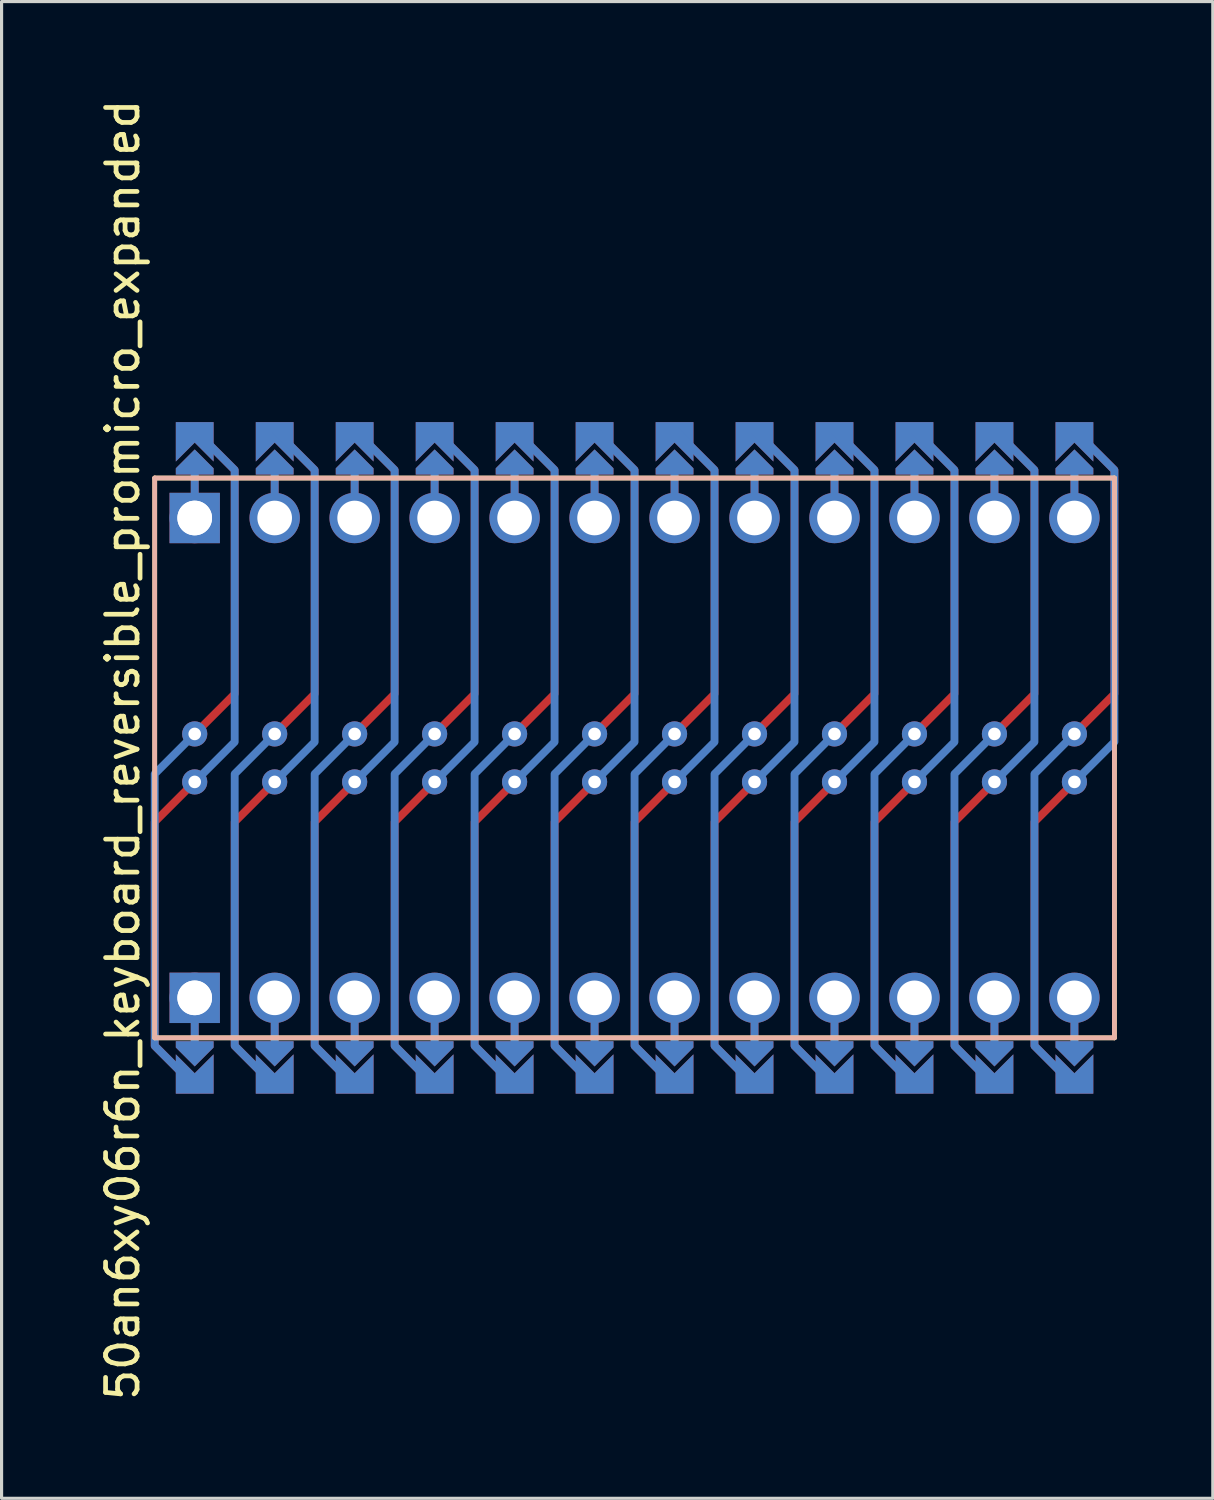
<source format=kicad_pcb>
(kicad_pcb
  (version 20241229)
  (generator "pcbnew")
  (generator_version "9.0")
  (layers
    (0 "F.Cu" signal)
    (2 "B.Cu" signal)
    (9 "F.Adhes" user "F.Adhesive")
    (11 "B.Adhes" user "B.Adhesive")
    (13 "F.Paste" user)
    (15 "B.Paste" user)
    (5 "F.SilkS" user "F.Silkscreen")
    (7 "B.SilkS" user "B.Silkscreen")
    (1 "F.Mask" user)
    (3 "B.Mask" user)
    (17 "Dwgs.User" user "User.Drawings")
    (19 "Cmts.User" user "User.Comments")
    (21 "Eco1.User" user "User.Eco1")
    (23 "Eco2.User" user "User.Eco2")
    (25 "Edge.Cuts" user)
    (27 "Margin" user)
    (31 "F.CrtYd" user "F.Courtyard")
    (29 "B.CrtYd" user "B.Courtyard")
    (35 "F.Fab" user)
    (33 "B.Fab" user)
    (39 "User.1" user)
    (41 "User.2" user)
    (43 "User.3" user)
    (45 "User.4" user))
  (footprint "50an6xy06r6n_keyboard_reversible_promicro_expanded"
    (layer "F.Cu")
    (at 17.104 21.022)
    (property "Reference" "50an6xy06r6n_keyboard_reversible_promicro_expanded" (at -16.256 -0.254 90) (layer "F.SilkS") (effects (font (size 1 1) (thickness 0.15))))
    (attr through_hole)
    (fp_circle (center -13.97 -0.762) (end -13.845 -0.762) (stroke (width 0.25) (type solid)) (fill no) (layer "F.Mask"))
    (fp_circle (center -13.97 0.762) (end -13.845 0.762) (stroke (width 0.25) (type solid)) (fill no) (layer "F.Mask"))
    (fp_circle (center -11.43 -0.762) (end -11.305 -0.762) (stroke (width 0.25) (type solid)) (fill no) (layer "F.Mask"))
    (fp_circle (center -11.43 0.762) (end -11.305 0.762) (stroke (width 0.25) (type solid)) (fill no) (layer "F.Mask"))
    (fp_circle (center -8.89 -0.762) (end -8.765 -0.762) (stroke (width 0.25) (type solid)) (fill no) (layer "F.Mask"))
    (fp_circle (center -8.89 0.762) (end -8.765 0.762) (stroke (width 0.25) (type solid)) (fill no) (layer "F.Mask"))
    (fp_circle (center -6.35 -0.762) (end -6.225 -0.762) (stroke (width 0.25) (type solid)) (fill no) (layer "F.Mask"))
    (fp_circle (center -6.35 0.762) (end -6.225 0.762) (stroke (width 0.25) (type solid)) (fill no) (layer "F.Mask"))
    (fp_circle (center -3.81 -0.762) (end -3.685 -0.762) (stroke (width 0.25) (type solid)) (fill no) (layer "F.Mask"))
    (fp_circle (center -3.81 0.762) (end -3.685 0.762) (stroke (width 0.25) (type solid)) (fill no) (layer "F.Mask"))
    (fp_circle (center -1.27 -0.762) (end -1.145 -0.762) (stroke (width 0.25) (type solid)) (fill no) (layer "F.Mask"))
    (fp_circle (center -1.27 0.762) (end -1.145 0.762) (stroke (width 0.25) (type solid)) (fill no) (layer "F.Mask"))
    (fp_circle (center 1.27 -0.762) (end 1.395 -0.762) (stroke (width 0.25) (type solid)) (fill no) (layer "F.Mask"))
    (fp_circle (center 1.27 0.762) (end 1.395 0.762) (stroke (width 0.25) (type solid)) (fill no) (layer "F.Mask"))
    (fp_circle (center 3.81 -0.762) (end 3.935 -0.762) (stroke (width 0.25) (type solid)) (fill no) (layer "F.Mask"))
    (fp_circle (center 3.81 0.762) (end 3.935 0.762) (stroke (width 0.25) (type solid)) (fill no) (layer "F.Mask"))
    (fp_circle (center 6.35 -0.762) (end 6.475 -0.762) (stroke (width 0.25) (type solid)) (fill no) (layer "F.Mask"))
    (fp_circle (center 6.35 0.762) (end 6.475 0.762) (stroke (width 0.25) (type solid)) (fill no) (layer "F.Mask"))
    (fp_circle (center 8.89 -0.762) (end 9.015 -0.762) (stroke (width 0.25) (type solid)) (fill no) (layer "F.Mask"))
    (fp_circle (center 8.89 0.762) (end 9.015 0.762) (stroke (width 0.25) (type solid)) (fill no) (layer "F.Mask"))
    (fp_circle (center 11.43 -0.762) (end 11.555 -0.762) (stroke (width 0.25) (type solid)) (fill no) (layer "F.Mask"))
    (fp_circle (center 11.43 0.762) (end 11.555 0.762) (stroke (width 0.25) (type solid)) (fill no) (layer "F.Mask"))
    (fp_circle (center 13.97 -0.762) (end 14.095 -0.762) (stroke (width 0.25) (type solid)) (fill no) (layer "F.Mask"))
    (fp_circle (center 13.97 0.762) (end 14.095 0.762) (stroke (width 0.25) (type solid)) (fill no) (layer "F.Mask"))
    (fp_poly (pts (xy -14.478 -10.16) (xy -13.462 -10.16) (xy -13.462 -9.144) (xy -14.478 -9.144)) (stroke (width 0.1) (type solid)) (fill yes) (layer "F.Mask"))
    (fp_poly (pts (xy -13.462 10.16) (xy -14.478 10.16) (xy -14.478 9.144) (xy -13.462 9.144)) (stroke (width 0.1) (type solid)) (fill yes) (layer "F.Mask"))
    (fp_poly (pts (xy -11.938 -10.16) (xy -10.922 -10.16) (xy -10.922 -9.144) (xy -11.938 -9.144)) (stroke (width 0.1) (type solid)) (fill yes) (layer "F.Mask"))
    (fp_poly (pts (xy -10.922 10.16) (xy -11.938 10.16) (xy -11.938 9.144) (xy -10.922 9.144)) (stroke (width 0.1) (type solid)) (fill yes) (layer "F.Mask"))
    (fp_poly (pts (xy -9.398 -10.16) (xy -8.382 -10.16) (xy -8.382 -9.144) (xy -9.398 -9.144)) (stroke (width 0.1) (type solid)) (fill yes) (layer "F.Mask"))
    (fp_poly (pts (xy -8.382 10.16) (xy -9.398 10.16) (xy -9.398 9.144) (xy -8.382 9.144)) (stroke (width 0.1) (type solid)) (fill yes) (layer "F.Mask"))
    (fp_poly (pts (xy -6.858 -10.16) (xy -5.842 -10.16) (xy -5.842 -9.144) (xy -6.858 -9.144)) (stroke (width 0.1) (type solid)) (fill yes) (layer "F.Mask"))
    (fp_poly (pts (xy -5.842 10.16) (xy -6.858 10.16) (xy -6.858 9.144) (xy -5.842 9.144)) (stroke (width 0.1) (type solid)) (fill yes) (layer "F.Mask"))
    (fp_poly (pts (xy -4.318 -10.16) (xy -3.302 -10.16) (xy -3.302 -9.144) (xy -4.318 -9.144)) (stroke (width 0.1) (type solid)) (fill yes) (layer "F.Mask"))
    (fp_poly (pts (xy -3.302 10.16) (xy -4.318 10.16) (xy -4.318 9.144) (xy -3.302 9.144)) (stroke (width 0.1) (type solid)) (fill yes) (layer "F.Mask"))
    (fp_poly (pts (xy -1.778 -10.16) (xy -0.762 -10.16) (xy -0.762 -9.144) (xy -1.778 -9.144)) (stroke (width 0.1) (type solid)) (fill yes) (layer "F.Mask"))
    (fp_poly (pts (xy -0.762 10.16) (xy -1.778 10.16) (xy -1.778 9.144) (xy -0.762 9.144)) (stroke (width 0.1) (type solid)) (fill yes) (layer "F.Mask"))
    (fp_poly (pts (xy 0.762 -10.16) (xy 1.778 -10.16) (xy 1.778 -9.144) (xy 0.762 -9.144)) (stroke (width 0.1) (type solid)) (fill yes) (layer "F.Mask"))
    (fp_poly (pts (xy 1.778 10.16) (xy 0.762 10.16) (xy 0.762 9.144) (xy 1.778 9.144)) (stroke (width 0.1) (type solid)) (fill yes) (layer "F.Mask"))
    (fp_poly (pts (xy 3.302 -10.16) (xy 4.318 -10.16) (xy 4.318 -9.144) (xy 3.302 -9.144)) (stroke (width 0.1) (type solid)) (fill yes) (layer "F.Mask"))
    (fp_poly (pts (xy 4.318 10.16) (xy 3.302 10.16) (xy 3.302 9.144) (xy 4.318 9.144)) (stroke (width 0.1) (type solid)) (fill yes) (layer "F.Mask"))
    (fp_poly (pts (xy 5.842 -10.16) (xy 6.858 -10.16) (xy 6.858 -9.144) (xy 5.842 -9.144)) (stroke (width 0.1) (type solid)) (fill yes) (layer "F.Mask"))
    (fp_poly (pts (xy 6.858 10.16) (xy 5.842 10.16) (xy 5.842 9.144) (xy 6.858 9.144)) (stroke (width 0.1) (type solid)) (fill yes) (layer "F.Mask"))
    (fp_poly (pts (xy 8.382 -10.16) (xy 9.398 -10.16) (xy 9.398 -9.144) (xy 8.382 -9.144)) (stroke (width 0.1) (type solid)) (fill yes) (layer "F.Mask"))
    (fp_poly (pts (xy 9.398 10.16) (xy 8.382 10.16) (xy 8.382 9.144) (xy 9.398 9.144)) (stroke (width 0.1) (type solid)) (fill yes) (layer "F.Mask"))
    (fp_poly (pts (xy 10.922 -10.16) (xy 11.938 -10.16) (xy 11.938 -9.144) (xy 10.922 -9.144)) (stroke (width 0.1) (type solid)) (fill yes) (layer "F.Mask"))
    (fp_poly (pts (xy 11.938 10.16) (xy 10.922 10.16) (xy 10.922 9.144) (xy 11.938 9.144)) (stroke (width 0.1) (type solid)) (fill yes) (layer "F.Mask"))
    (fp_poly (pts (xy 13.462 -10.16) (xy 14.478 -10.16) (xy 14.478 -9.144) (xy 13.462 -9.144)) (stroke (width 0.1) (type solid)) (fill yes) (layer "F.Mask"))
    (fp_poly (pts (xy 14.478 10.16) (xy 13.462 10.16) (xy 13.462 9.144) (xy 14.478 9.144)) (stroke (width 0.1) (type solid)) (fill yes) (layer "F.Mask"))
    (fp_circle (center -13.97 -0.762) (end -13.845 -0.762) (stroke (width 0.25) (type solid)) (fill no) (layer "B.Mask"))
    (fp_circle (center -13.97 0.762) (end -13.845 0.762) (stroke (width 0.25) (type solid)) (fill no) (layer "B.Mask"))
    (fp_circle (center -11.43 -0.762) (end -11.305 -0.762) (stroke (width 0.25) (type solid)) (fill no) (layer "B.Mask"))
    (fp_circle (center -11.43 0.762) (end -11.305 0.762) (stroke (width 0.25) (type solid)) (fill no) (layer "B.Mask"))
    (fp_circle (center -8.89 -0.762) (end -8.765 -0.762) (stroke (width 0.25) (type solid)) (fill no) (layer "B.Mask"))
    (fp_circle (center -8.89 0.762) (end -8.765 0.762) (stroke (width 0.25) (type solid)) (fill no) (layer "B.Mask"))
    (fp_circle (center -6.35 -0.762) (end -6.225 -0.762) (stroke (width 0.25) (type solid)) (fill no) (layer "B.Mask"))
    (fp_circle (center -6.35 0.762) (end -6.225 0.762) (stroke (width 0.25) (type solid)) (fill no) (layer "B.Mask"))
    (fp_circle (center -3.81 -0.762) (end -3.685 -0.762) (stroke (width 0.25) (type solid)) (fill no) (layer "B.Mask"))
    (fp_circle (center -3.81 0.762) (end -3.685 0.762) (stroke (width 0.25) (type solid)) (fill no) (layer "B.Mask"))
    (fp_circle (center -1.27 -0.762) (end -1.145 -0.762) (stroke (width 0.25) (type solid)) (fill no) (layer "B.Mask"))
    (fp_circle (center -1.27 0.762) (end -1.145 0.762) (stroke (width 0.25) (type solid)) (fill no) (layer "B.Mask"))
    (fp_circle (center 1.27 -0.762) (end 1.395 -0.762) (stroke (width 0.25) (type solid)) (fill no) (layer "B.Mask"))
    (fp_circle (center 1.27 0.762) (end 1.395 0.762) (stroke (width 0.25) (type solid)) (fill no) (layer "B.Mask"))
    (fp_circle (center 3.81 -0.762) (end 3.935 -0.762) (stroke (width 0.25) (type solid)) (fill no) (layer "B.Mask"))
    (fp_circle (center 3.81 0.762) (end 3.935 0.762) (stroke (width 0.25) (type solid)) (fill no) (layer "B.Mask"))
    (fp_circle (center 6.35 -0.762) (end 6.475 -0.762) (stroke (width 0.25) (type solid)) (fill no) (layer "B.Mask"))
    (fp_circle (center 6.35 0.762) (end 6.475 0.762) (stroke (width 0.25) (type solid)) (fill no) (layer "B.Mask"))
    (fp_circle (center 8.89 -0.762) (end 9.015 -0.762) (stroke (width 0.25) (type solid)) (fill no) (layer "B.Mask"))
    (fp_circle (center 8.89 0.762) (end 9.015 0.762) (stroke (width 0.25) (type solid)) (fill no) (layer "B.Mask"))
    (fp_circle (center 11.43 -0.762) (end 11.555 -0.762) (stroke (width 0.25) (type solid)) (fill no) (layer "B.Mask"))
    (fp_circle (center 11.43 0.762) (end 11.555 0.762) (stroke (width 0.25) (type solid)) (fill no) (layer "B.Mask"))
    (fp_circle (center 13.97 -0.762) (end 14.095 -0.762) (stroke (width 0.25) (type solid)) (fill no) (layer "B.Mask"))
    (fp_circle (center 13.97 0.762) (end 14.095 0.762) (stroke (width 0.25) (type solid)) (fill no) (layer "B.Mask"))
    (fp_poly (pts (xy -14.478 -10.16) (xy -13.462 -10.16) (xy -13.462 -9.144) (xy -14.478 -9.144)) (stroke (width 0.1) (type solid)) (fill yes) (layer "B.Mask"))
    (fp_poly (pts (xy -13.462 10.16) (xy -14.478 10.16) (xy -14.478 9.144) (xy -13.462 9.144)) (stroke (width 0.1) (type solid)) (fill yes) (layer "B.Mask"))
    (fp_poly (pts (xy -11.938 -10.16) (xy -10.922 -10.16) (xy -10.922 -9.144) (xy -11.938 -9.144)) (stroke (width 0.1) (type solid)) (fill yes) (layer "B.Mask"))
    (fp_poly (pts (xy -10.922 10.16) (xy -11.938 10.16) (xy -11.938 9.144) (xy -10.922 9.144)) (stroke (width 0.1) (type solid)) (fill yes) (layer "B.Mask"))
    (fp_poly (pts (xy -9.398 -10.16) (xy -8.382 -10.16) (xy -8.382 -9.144) (xy -9.398 -9.144)) (stroke (width 0.1) (type solid)) (fill yes) (layer "B.Mask"))
    (fp_poly (pts (xy -8.382 10.16) (xy -9.398 10.16) (xy -9.398 9.144) (xy -8.382 9.144)) (stroke (width 0.1) (type solid)) (fill yes) (layer "B.Mask"))
    (fp_poly (pts (xy -6.858 -10.16) (xy -5.842 -10.16) (xy -5.842 -9.144) (xy -6.858 -9.144)) (stroke (width 0.1) (type solid)) (fill yes) (layer "B.Mask"))
    (fp_poly (pts (xy -5.842 10.16) (xy -6.858 10.16) (xy -6.858 9.144) (xy -5.842 9.144)) (stroke (width 0.1) (type solid)) (fill yes) (layer "B.Mask"))
    (fp_poly (pts (xy -4.318 -10.16) (xy -3.302 -10.16) (xy -3.302 -9.144) (xy -4.318 -9.144)) (stroke (width 0.1) (type solid)) (fill yes) (layer "B.Mask"))
    (fp_poly (pts (xy -3.302 10.16) (xy -4.318 10.16) (xy -4.318 9.144) (xy -3.302 9.144)) (stroke (width 0.1) (type solid)) (fill yes) (layer "B.Mask"))
    (fp_poly (pts (xy -1.778 -10.16) (xy -0.762 -10.16) (xy -0.762 -9.144) (xy -1.778 -9.144)) (stroke (width 0.1) (type solid)) (fill yes) (layer "B.Mask"))
    (fp_poly (pts (xy -0.762 10.16) (xy -1.778 10.16) (xy -1.778 9.144) (xy -0.762 9.144)) (stroke (width 0.1) (type solid)) (fill yes) (layer "B.Mask"))
    (fp_poly (pts (xy 0.762 -10.16) (xy 1.778 -10.16) (xy 1.778 -9.144) (xy 0.762 -9.144)) (stroke (width 0.1) (type solid)) (fill yes) (layer "B.Mask"))
    (fp_poly (pts (xy 1.778 10.16) (xy 0.762 10.16) (xy 0.762 9.144) (xy 1.778 9.144)) (stroke (width 0.1) (type solid)) (fill yes) (layer "B.Mask"))
    (fp_poly (pts (xy 3.302 -10.16) (xy 4.318 -10.16) (xy 4.318 -9.144) (xy 3.302 -9.144)) (stroke (width 0.1) (type solid)) (fill yes) (layer "B.Mask"))
    (fp_poly (pts (xy 4.318 10.16) (xy 3.302 10.16) (xy 3.302 9.144) (xy 4.318 9.144)) (stroke (width 0.1) (type solid)) (fill yes) (layer "B.Mask"))
    (fp_poly (pts (xy 5.842 -10.16) (xy 6.858 -10.16) (xy 6.858 -9.144) (xy 5.842 -9.144)) (stroke (width 0.1) (type solid)) (fill yes) (layer "B.Mask"))
    (fp_poly (pts (xy 6.858 10.16) (xy 5.842 10.16) (xy 5.842 9.144) (xy 6.858 9.144)) (stroke (width 0.1) (type solid)) (fill yes) (layer "B.Mask"))
    (fp_poly (pts (xy 8.382 -10.16) (xy 9.398 -10.16) (xy 9.398 -9.144) (xy 8.382 -9.144)) (stroke (width 0.1) (type solid)) (fill yes) (layer "B.Mask"))
    (fp_poly (pts (xy 9.398 10.16) (xy 8.382 10.16) (xy 8.382 9.144) (xy 9.398 9.144)) (stroke (width 0.1) (type solid)) (fill yes) (layer "B.Mask"))
    (fp_poly (pts (xy 10.922 -10.16) (xy 11.938 -10.16) (xy 11.938 -9.144) (xy 10.922 -9.144)) (stroke (width 0.1) (type solid)) (fill yes) (layer "B.Mask"))
    (fp_poly (pts (xy 11.938 10.16) (xy 10.922 10.16) (xy 10.922 9.144) (xy 11.938 9.144)) (stroke (width 0.1) (type solid)) (fill yes) (layer "B.Mask"))
    (fp_poly (pts (xy 13.462 -10.16) (xy 14.478 -10.16) (xy 14.478 -9.144) (xy 13.462 -9.144)) (stroke (width 0.1) (type solid)) (fill yes) (layer "B.Mask"))
    (fp_poly (pts (xy 14.478 10.16) (xy 13.462 10.16) (xy 13.462 9.144) (xy 14.478 9.144)) (stroke (width 0.1) (type solid)) (fill yes) (layer "B.Mask"))
    (fp_line (start -15.24 -8.89) (end 15.24 -8.89) (stroke (width 0.15) (type solid)) (layer "F.SilkS"))
    (fp_line (start -15.24 8.89) (end -15.24 -8.89) (stroke (width 0.15) (type solid)) (layer "F.SilkS"))
    (fp_line (start -15.24 8.89) (end 15.24 8.89) (stroke (width 0.15) (type solid)) (layer "F.SilkS"))
    (fp_line (start 15.24 -8.89) (end 15.24 8.89) (stroke (width 0.15) (type solid)) (layer "F.SilkS"))
    (fp_line (start -15.24 -8.89) (end 15.24 -8.89) (stroke (width 0.15) (type solid)) (layer "B.SilkS"))
    (fp_line (start -15.24 8.89) (end -15.24 -8.89) (stroke (width 0.15) (type solid)) (layer "B.SilkS"))
    (fp_line (start -15.24 8.89) (end 15.24 8.89) (stroke (width 0.15) (type solid)) (layer "B.SilkS"))
    (fp_line (start 15.24 -8.89) (end 15.24 8.89) (stroke (width 0.15) (type solid)) (layer "B.SilkS"))
    (pad "" smd custom (at -13.97 -9.398 180) (size 0.1 0.1) (layers "F.Cu" "F.Mask") (options (anchor rect)) (primitives (gr_poly (pts (xy 0.6 -0.4) (xy -0.6 -0.4) (xy -0.6 -0.2) (xy 0 0.4) (xy 0.6 -0.2)) (width 0) (fill yes))))
    (pad "" smd custom (at -13.97 -9.398 180) (size 0.1 0.1) (layers "B.Cu" "B.Mask") (options (anchor rect)) (primitives (gr_poly (pts (xy 0.6 -0.4) (xy -0.6 -0.4) (xy -0.6 -0.2) (xy 0 0.4) (xy 0.6 -0.2)) (width 0) (fill yes))))
    (pad "" smd custom (at -13.97 -8.89 180) (size 0.25 1) (layers "F.Cu") (options (anchor rect)) (primitives))
    (pad "" smd custom (at -13.97 -8.89 180) (size 0.25 1) (layers "B.Cu") (options (anchor rect)) (primitives))
    (pad "" thru_hole circle (at -13.97 -7.62) (size 1.6 1.6) (drill 1.1) (layers "*.Cu" "*.Mask"))
    (pad "" thru_hole rect (at -13.97 -7.62) (size 1.6 1.6) (drill 1.1) (layers "B.Cu" "B.Mask"))
    (pad "" thru_hole circle (at -13.97 7.62) (size 1.6 1.6) (drill 1.1) (layers "*.Cu" "*.Mask"))
    (pad "" thru_hole rect (at -13.97 7.62) (size 1.6 1.6) (drill 1.1) (layers "F.Cu" "F.Mask"))
    (pad "" smd custom (at -13.97 8.89) (size 0.25 1) (layers "F.Cu") (options (anchor rect)) (primitives))
    (pad "" smd custom (at -13.97 8.89) (size 0.25 1) (layers "B.Cu") (options (anchor rect)) (primitives))
    (pad "" smd custom (at -13.97 9.398) (size 0.1 0.1) (layers "F.Cu" "F.Mask") (options (anchor rect)) (primitives (gr_poly (pts (xy 0.6 -0.4) (xy -0.6 -0.4) (xy -0.6 -0.2) (xy 0 0.4) (xy 0.6 -0.2)) (width 0) (fill yes))))
    (pad "" smd custom (at -13.97 9.398) (size 0.1 0.1) (layers "B.Cu" "B.Mask") (options (anchor rect)) (primitives (gr_poly (pts (xy 0.6 -0.4) (xy -0.6 -0.4) (xy -0.6 -0.2) (xy 0 0.4) (xy 0.6 -0.2)) (width 0) (fill yes))))
    (pad "" smd custom (at -11.43 -9.398 180) (size 0.1 0.1) (layers "F.Cu" "F.Mask") (options (anchor rect)) (primitives (gr_poly (pts (xy 0.6 -0.4) (xy -0.6 -0.4) (xy -0.6 -0.2) (xy 0 0.4) (xy 0.6 -0.2)) (width 0) (fill yes))))
    (pad "" smd custom (at -11.43 -9.398 180) (size 0.1 0.1) (layers "B.Cu" "B.Mask") (options (anchor rect)) (primitives (gr_poly (pts (xy 0.6 -0.4) (xy -0.6 -0.4) (xy -0.6 -0.2) (xy 0 0.4) (xy 0.6 -0.2)) (width 0) (fill yes))))
    (pad "" smd custom (at -11.43 -8.89 180) (size 0.25 1) (layers "F.Cu") (options (anchor rect)) (primitives))
    (pad "" smd custom (at -11.43 -8.89 180) (size 0.25 1) (layers "B.Cu") (options (anchor rect)) (primitives))
    (pad "" thru_hole circle (at -11.43 -7.62) (size 1.6 1.6) (drill 1.1) (layers "*.Cu" "*.Mask"))
    (pad "" thru_hole circle (at -11.43 7.62) (size 1.6 1.6) (drill 1.1) (layers "*.Cu" "*.Mask"))
    (pad "" smd custom (at -11.43 8.89) (size 0.25 1) (layers "F.Cu") (options (anchor rect)) (primitives))
    (pad "" smd custom (at -11.43 8.89) (size 0.25 1) (layers "B.Cu") (options (anchor rect)) (primitives))
    (pad "" smd custom (at -11.43 9.398) (size 0.1 0.1) (layers "F.Cu" "F.Mask") (options (anchor rect)) (primitives (gr_poly (pts (xy 0.6 -0.4) (xy -0.6 -0.4) (xy -0.6 -0.2) (xy 0 0.4) (xy 0.6 -0.2)) (width 0) (fill yes))))
    (pad "" smd custom (at -11.43 9.398) (size 0.1 0.1) (layers "B.Cu" "B.Mask") (options (anchor rect)) (primitives (gr_poly (pts (xy 0.6 -0.4) (xy -0.6 -0.4) (xy -0.6 -0.2) (xy 0 0.4) (xy 0.6 -0.2)) (width 0) (fill yes))))
    (pad "" smd custom (at -8.89 -9.398 180) (size 0.1 0.1) (layers "F.Cu" "F.Mask") (options (anchor rect)) (primitives (gr_poly (pts (xy 0.6 -0.4) (xy -0.6 -0.4) (xy -0.6 -0.2) (xy 0 0.4) (xy 0.6 -0.2)) (width 0) (fill yes))))
    (pad "" smd custom (at -8.89 -9.398 180) (size 0.1 0.1) (layers "B.Cu" "B.Mask") (options (anchor rect)) (primitives (gr_poly (pts (xy 0.6 -0.4) (xy -0.6 -0.4) (xy -0.6 -0.2) (xy 0 0.4) (xy 0.6 -0.2)) (width 0) (fill yes))))
    (pad "" smd custom (at -8.89 -8.89 180) (size 0.25 1) (layers "F.Cu") (options (anchor rect)) (primitives))
    (pad "" smd custom (at -8.89 -8.89 180) (size 0.25 1) (layers "B.Cu") (options (anchor rect)) (primitives))
    (pad "" thru_hole circle (at -8.89 -7.62) (size 1.6 1.6) (drill 1.1) (layers "*.Cu" "*.Mask"))
    (pad "" thru_hole circle (at -8.89 7.62) (size 1.6 1.6) (drill 1.1) (layers "*.Cu" "*.Mask"))
    (pad "" smd custom (at -8.89 8.89) (size 0.25 1) (layers "F.Cu") (options (anchor rect)) (primitives))
    (pad "" smd custom (at -8.89 8.89) (size 0.25 1) (layers "B.Cu") (options (anchor rect)) (primitives))
    (pad "" smd custom (at -8.89 9.398) (size 0.1 0.1) (layers "F.Cu" "F.Mask") (options (anchor rect)) (primitives (gr_poly (pts (xy 0.6 -0.4) (xy -0.6 -0.4) (xy -0.6 -0.2) (xy 0 0.4) (xy 0.6 -0.2)) (width 0) (fill yes))))
    (pad "" smd custom (at -8.89 9.398) (size 0.1 0.1) (layers "B.Cu" "B.Mask") (options (anchor rect)) (primitives (gr_poly (pts (xy 0.6 -0.4) (xy -0.6 -0.4) (xy -0.6 -0.2) (xy 0 0.4) (xy 0.6 -0.2)) (width 0) (fill yes))))
    (pad "" smd custom (at -6.35 -9.398 180) (size 0.1 0.1) (layers "F.Cu" "F.Mask") (options (anchor rect)) (primitives (gr_poly (pts (xy 0.6 -0.4) (xy -0.6 -0.4) (xy -0.6 -0.2) (xy 0 0.4) (xy 0.6 -0.2)) (width 0) (fill yes))))
    (pad "" smd custom (at -6.35 -9.398 180) (size 0.1 0.1) (layers "B.Cu" "B.Mask") (options (anchor rect)) (primitives (gr_poly (pts (xy 0.6 -0.4) (xy -0.6 -0.4) (xy -0.6 -0.2) (xy 0 0.4) (xy 0.6 -0.2)) (width 0) (fill yes))))
    (pad "" smd custom (at -6.35 -8.89 180) (size 0.25 1) (layers "F.Cu") (options (anchor rect)) (primitives))
    (pad "" smd custom (at -6.35 -8.89 180) (size 0.25 1) (layers "B.Cu") (options (anchor rect)) (primitives))
    (pad "" thru_hole circle (at -6.35 -7.62) (size 1.6 1.6) (drill 1.1) (layers "*.Cu" "*.Mask"))
    (pad "" thru_hole circle (at -6.35 7.62) (size 1.6 1.6) (drill 1.1) (layers "*.Cu" "*.Mask"))
    (pad "" smd custom (at -6.35 8.89) (size 0.25 1) (layers "F.Cu") (options (anchor rect)) (primitives))
    (pad "" smd custom (at -6.35 8.89) (size 0.25 1) (layers "B.Cu") (options (anchor rect)) (primitives))
    (pad "" smd custom (at -6.35 9.398) (size 0.1 0.1) (layers "F.Cu" "F.Mask") (options (anchor rect)) (primitives (gr_poly (pts (xy 0.6 -0.4) (xy -0.6 -0.4) (xy -0.6 -0.2) (xy 0 0.4) (xy 0.6 -0.2)) (width 0) (fill yes))))
    (pad "" smd custom (at -6.35 9.398) (size 0.1 0.1) (layers "B.Cu" "B.Mask") (options (anchor rect)) (primitives (gr_poly (pts (xy 0.6 -0.4) (xy -0.6 -0.4) (xy -0.6 -0.2) (xy 0 0.4) (xy 0.6 -0.2)) (width 0) (fill yes))))
    (pad "" smd custom (at -3.81 -9.398 180) (size 0.1 0.1) (layers "F.Cu" "F.Mask") (options (anchor rect)) (primitives (gr_poly (pts (xy 0.6 -0.4) (xy -0.6 -0.4) (xy -0.6 -0.2) (xy 0 0.4) (xy 0.6 -0.2)) (width 0) (fill yes))))
    (pad "" smd custom (at -3.81 -9.398 180) (size 0.1 0.1) (layers "B.Cu" "B.Mask") (options (anchor rect)) (primitives (gr_poly (pts (xy 0.6 -0.4) (xy -0.6 -0.4) (xy -0.6 -0.2) (xy 0 0.4) (xy 0.6 -0.2)) (width 0) (fill yes))))
    (pad "" smd custom (at -3.81 -8.89 180) (size 0.25 1) (layers "F.Cu") (options (anchor rect)) (primitives))
    (pad "" smd custom (at -3.81 -8.89 180) (size 0.25 1) (layers "B.Cu") (options (anchor rect)) (primitives))
    (pad "" thru_hole circle (at -3.81 -7.62) (size 1.6 1.6) (drill 1.1) (layers "*.Cu" "*.Mask"))
    (pad "" thru_hole circle (at -3.81 7.62) (size 1.6 1.6) (drill 1.1) (layers "*.Cu" "*.Mask"))
    (pad "" smd custom (at -3.81 8.89) (size 0.25 1) (layers "F.Cu") (options (anchor rect)) (primitives))
    (pad "" smd custom (at -3.81 8.89) (size 0.25 1) (layers "B.Cu") (options (anchor rect)) (primitives))
    (pad "" smd custom (at -3.81 9.398) (size 0.1 0.1) (layers "F.Cu" "F.Mask") (options (anchor rect)) (primitives (gr_poly (pts (xy 0.6 -0.4) (xy -0.6 -0.4) (xy -0.6 -0.2) (xy 0 0.4) (xy 0.6 -0.2)) (width 0) (fill yes))))
    (pad "" smd custom (at -3.81 9.398) (size 0.1 0.1) (layers "B.Cu" "B.Mask") (options (anchor rect)) (primitives (gr_poly (pts (xy 0.6 -0.4) (xy -0.6 -0.4) (xy -0.6 -0.2) (xy 0 0.4) (xy 0.6 -0.2)) (width 0) (fill yes))))
    (pad "" smd custom (at -1.27 -9.398 180) (size 0.1 0.1) (layers "F.Cu" "F.Mask") (options (anchor rect)) (primitives (gr_poly (pts (xy 0.6 -0.4) (xy -0.6 -0.4) (xy -0.6 -0.2) (xy 0 0.4) (xy 0.6 -0.2)) (width 0) (fill yes))))
    (pad "" smd custom (at -1.27 -9.398 180) (size 0.1 0.1) (layers "B.Cu" "B.Mask") (options (anchor rect)) (primitives (gr_poly (pts (xy 0.6 -0.4) (xy -0.6 -0.4) (xy -0.6 -0.2) (xy 0 0.4) (xy 0.6 -0.2)) (width 0) (fill yes))))
    (pad "" smd custom (at -1.27 -8.89 180) (size 0.25 1) (layers "F.Cu") (options (anchor rect)) (primitives))
    (pad "" smd custom (at -1.27 -8.89 180) (size 0.25 1) (layers "B.Cu") (options (anchor rect)) (primitives))
    (pad "" thru_hole circle (at -1.27 -7.62) (size 1.6 1.6) (drill 1.1) (layers "*.Cu" "*.Mask"))
    (pad "" thru_hole circle (at -1.27 7.62) (size 1.6 1.6) (drill 1.1) (layers "*.Cu" "*.Mask"))
    (pad "" smd custom (at -1.27 8.89) (size 0.25 1) (layers "F.Cu") (options (anchor rect)) (primitives))
    (pad "" smd custom (at -1.27 8.89) (size 0.25 1) (layers "B.Cu") (options (anchor rect)) (primitives))
    (pad "" smd custom (at -1.27 9.398) (size 0.1 0.1) (layers "F.Cu" "F.Mask") (options (anchor rect)) (primitives (gr_poly (pts (xy 0.6 -0.4) (xy -0.6 -0.4) (xy -0.6 -0.2) (xy 0 0.4) (xy 0.6 -0.2)) (width 0) (fill yes))))
    (pad "" smd custom (at -1.27 9.398) (size 0.1 0.1) (layers "B.Cu" "B.Mask") (options (anchor rect)) (primitives (gr_poly (pts (xy 0.6 -0.4) (xy -0.6 -0.4) (xy -0.6 -0.2) (xy 0 0.4) (xy 0.6 -0.2)) (width 0) (fill yes))))
    (pad "" smd custom (at 1.27 -9.398 180) (size 0.1 0.1) (layers "F.Cu" "F.Mask") (options (anchor rect)) (primitives (gr_poly (pts (xy 0.6 -0.4) (xy -0.6 -0.4) (xy -0.6 -0.2) (xy 0 0.4) (xy 0.6 -0.2)) (width 0) (fill yes))))
    (pad "" smd custom (at 1.27 -9.398 180) (size 0.1 0.1) (layers "B.Cu" "B.Mask") (options (anchor rect)) (primitives (gr_poly (pts (xy 0.6 -0.4) (xy -0.6 -0.4) (xy -0.6 -0.2) (xy 0 0.4) (xy 0.6 -0.2)) (width 0) (fill yes))))
    (pad "" smd custom (at 1.27 -8.89 180) (size 0.25 1) (layers "F.Cu") (options (anchor rect)) (primitives))
    (pad "" smd custom (at 1.27 -8.89 180) (size 0.25 1) (layers "B.Cu") (options (anchor rect)) (primitives))
    (pad "" thru_hole circle (at 1.27 -7.62) (size 1.6 1.6) (drill 1.1) (layers "*.Cu" "*.Mask"))
    (pad "" thru_hole circle (at 1.27 7.62) (size 1.6 1.6) (drill 1.1) (layers "*.Cu" "*.Mask"))
    (pad "" smd custom (at 1.27 8.89) (size 0.25 1) (layers "F.Cu") (options (anchor rect)) (primitives))
    (pad "" smd custom (at 1.27 8.89) (size 0.25 1) (layers "B.Cu") (options (anchor rect)) (primitives))
    (pad "" smd custom (at 1.27 9.398) (size 0.1 0.1) (layers "F.Cu" "F.Mask") (options (anchor rect)) (primitives (gr_poly (pts (xy 0.6 -0.4) (xy -0.6 -0.4) (xy -0.6 -0.2) (xy 0 0.4) (xy 0.6 -0.2)) (width 0) (fill yes))))
    (pad "" smd custom (at 1.27 9.398) (size 0.1 0.1) (layers "B.Cu" "B.Mask") (options (anchor rect)) (primitives (gr_poly (pts (xy 0.6 -0.4) (xy -0.6 -0.4) (xy -0.6 -0.2) (xy 0 0.4) (xy 0.6 -0.2)) (width 0) (fill yes))))
    (pad "" smd custom (at 3.81 -9.398 180) (size 0.1 0.1) (layers "F.Cu" "F.Mask") (options (anchor rect)) (primitives (gr_poly (pts (xy 0.6 -0.4) (xy -0.6 -0.4) (xy -0.6 -0.2) (xy 0 0.4) (xy 0.6 -0.2)) (width 0) (fill yes))))
    (pad "" smd custom (at 3.81 -9.398 180) (size 0.1 0.1) (layers "B.Cu" "B.Mask") (options (anchor rect)) (primitives (gr_poly (pts (xy 0.6 -0.4) (xy -0.6 -0.4) (xy -0.6 -0.2) (xy 0 0.4) (xy 0.6 -0.2)) (width 0) (fill yes))))
    (pad "" smd custom (at 3.81 -8.89 180) (size 0.25 1) (layers "F.Cu") (options (anchor rect)) (primitives))
    (pad "" smd custom (at 3.81 -8.89 180) (size 0.25 1) (layers "B.Cu") (options (anchor rect)) (primitives))
    (pad "" thru_hole circle (at 3.81 -7.62) (size 1.6 1.6) (drill 1.1) (layers "*.Cu" "*.Mask"))
    (pad "" thru_hole circle (at 3.81 7.62) (size 1.6 1.6) (drill 1.1) (layers "*.Cu" "*.Mask"))
    (pad "" smd custom (at 3.81 8.89) (size 0.25 1) (layers "F.Cu") (options (anchor rect)) (primitives))
    (pad "" smd custom (at 3.81 8.89) (size 0.25 1) (layers "B.Cu") (options (anchor rect)) (primitives))
    (pad "" smd custom (at 3.81 9.398) (size 0.1 0.1) (layers "F.Cu" "F.Mask") (options (anchor rect)) (primitives (gr_poly (pts (xy 0.6 -0.4) (xy -0.6 -0.4) (xy -0.6 -0.2) (xy 0 0.4) (xy 0.6 -0.2)) (width 0) (fill yes))))
    (pad "" smd custom (at 3.81 9.398) (size 0.1 0.1) (layers "B.Cu" "B.Mask") (options (anchor rect)) (primitives (gr_poly (pts (xy 0.6 -0.4) (xy -0.6 -0.4) (xy -0.6 -0.2) (xy 0 0.4) (xy 0.6 -0.2)) (width 0) (fill yes))))
    (pad "" smd custom (at 6.35 -9.398 180) (size 0.1 0.1) (layers "F.Cu" "F.Mask") (options (anchor rect)) (primitives (gr_poly (pts (xy 0.6 -0.4) (xy -0.6 -0.4) (xy -0.6 -0.2) (xy 0 0.4) (xy 0.6 -0.2)) (width 0) (fill yes))))
    (pad "" smd custom (at 6.35 -9.398 180) (size 0.1 0.1) (layers "B.Cu" "B.Mask") (options (anchor rect)) (primitives (gr_poly (pts (xy 0.6 -0.4) (xy -0.6 -0.4) (xy -0.6 -0.2) (xy 0 0.4) (xy 0.6 -0.2)) (width 0) (fill yes))))
    (pad "" smd custom (at 6.35 -8.89 180) (size 0.25 1) (layers "F.Cu") (options (anchor rect)) (primitives))
    (pad "" smd custom (at 6.35 -8.89 180) (size 0.25 1) (layers "B.Cu") (options (anchor rect)) (primitives))
    (pad "" thru_hole circle (at 6.35 -7.62) (size 1.6 1.6) (drill 1.1) (layers "*.Cu" "*.Mask"))
    (pad "" thru_hole circle (at 6.35 7.62) (size 1.6 1.6) (drill 1.1) (layers "*.Cu" "*.Mask"))
    (pad "" smd custom (at 6.35 8.89) (size 0.25 1) (layers "F.Cu") (options (anchor rect)) (primitives))
    (pad "" smd custom (at 6.35 8.89) (size 0.25 1) (layers "B.Cu") (options (anchor rect)) (primitives))
    (pad "" smd custom (at 6.35 9.398) (size 0.1 0.1) (layers "F.Cu" "F.Mask") (options (anchor rect)) (primitives (gr_poly (pts (xy 0.6 -0.4) (xy -0.6 -0.4) (xy -0.6 -0.2) (xy 0 0.4) (xy 0.6 -0.2)) (width 0) (fill yes))))
    (pad "" smd custom (at 6.35 9.398) (size 0.1 0.1) (layers "B.Cu" "B.Mask") (options (anchor rect)) (primitives (gr_poly (pts (xy 0.6 -0.4) (xy -0.6 -0.4) (xy -0.6 -0.2) (xy 0 0.4) (xy 0.6 -0.2)) (width 0) (fill yes))))
    (pad "" smd custom (at 8.89 -9.398 180) (size 0.1 0.1) (layers "F.Cu" "F.Mask") (options (anchor rect)) (primitives (gr_poly (pts (xy 0.6 -0.4) (xy -0.6 -0.4) (xy -0.6 -0.2) (xy 0 0.4) (xy 0.6 -0.2)) (width 0) (fill yes))))
    (pad "" smd custom (at 8.89 -9.398 180) (size 0.1 0.1) (layers "B.Cu" "B.Mask") (options (anchor rect)) (primitives (gr_poly (pts (xy 0.6 -0.4) (xy -0.6 -0.4) (xy -0.6 -0.2) (xy 0 0.4) (xy 0.6 -0.2)) (width 0) (fill yes))))
    (pad "" smd custom (at 8.89 -8.89 180) (size 0.25 1) (layers "F.Cu") (options (anchor rect)) (primitives))
    (pad "" smd custom (at 8.89 -8.89 180) (size 0.25 1) (layers "B.Cu") (options (anchor rect)) (primitives))
    (pad "" thru_hole circle (at 8.89 -7.62) (size 1.6 1.6) (drill 1.1) (layers "*.Cu" "*.Mask"))
    (pad "" thru_hole circle (at 8.89 7.62) (size 1.6 1.6) (drill 1.1) (layers "*.Cu" "*.Mask"))
    (pad "" smd custom (at 8.89 8.89) (size 0.25 1) (layers "F.Cu") (options (anchor rect)) (primitives))
    (pad "" smd custom (at 8.89 8.89) (size 0.25 1) (layers "B.Cu") (options (anchor rect)) (primitives))
    (pad "" smd custom (at 8.89 9.398) (size 0.1 0.1) (layers "F.Cu" "F.Mask") (options (anchor rect)) (primitives (gr_poly (pts (xy 0.6 -0.4) (xy -0.6 -0.4) (xy -0.6 -0.2) (xy 0 0.4) (xy 0.6 -0.2)) (width 0) (fill yes))))
    (pad "" smd custom (at 8.89 9.398) (size 0.1 0.1) (layers "B.Cu" "B.Mask") (options (anchor rect)) (primitives (gr_poly (pts (xy 0.6 -0.4) (xy -0.6 -0.4) (xy -0.6 -0.2) (xy 0 0.4) (xy 0.6 -0.2)) (width 0) (fill yes))))
    (pad "" smd custom (at 11.43 -9.398 180) (size 0.1 0.1) (layers "F.Cu" "F.Mask") (options (anchor rect)) (primitives (gr_poly (pts (xy 0.6 -0.4) (xy -0.6 -0.4) (xy -0.6 -0.2) (xy 0 0.4) (xy 0.6 -0.2)) (width 0) (fill yes))))
    (pad "" smd custom (at 11.43 -9.398 180) (size 0.1 0.1) (layers "B.Cu" "B.Mask") (options (anchor rect)) (primitives (gr_poly (pts (xy 0.6 -0.4) (xy -0.6 -0.4) (xy -0.6 -0.2) (xy 0 0.4) (xy 0.6 -0.2)) (width 0) (fill yes))))
    (pad "" smd custom (at 11.43 -8.89 180) (size 0.25 1) (layers "F.Cu") (options (anchor rect)) (primitives))
    (pad "" smd custom (at 11.43 -8.89 180) (size 0.25 1) (layers "B.Cu") (options (anchor rect)) (primitives))
    (pad "" thru_hole circle (at 11.43 -7.62) (size 1.6 1.6) (drill 1.1) (layers "*.Cu" "*.Mask"))
    (pad "" thru_hole circle (at 11.43 7.62) (size 1.6 1.6) (drill 1.1) (layers "*.Cu" "*.Mask"))
    (pad "" smd custom (at 11.43 8.89) (size 0.25 1) (layers "F.Cu") (options (anchor rect)) (primitives))
    (pad "" smd custom (at 11.43 8.89) (size 0.25 1) (layers "B.Cu") (options (anchor rect)) (primitives))
    (pad "" smd custom (at 11.43 9.398) (size 0.1 0.1) (layers "F.Cu" "F.Mask") (options (anchor rect)) (primitives (gr_poly (pts (xy 0.6 -0.4) (xy -0.6 -0.4) (xy -0.6 -0.2) (xy 0 0.4) (xy 0.6 -0.2)) (width 0) (fill yes))))
    (pad "" smd custom (at 11.43 9.398) (size 0.1 0.1) (layers "B.Cu" "B.Mask") (options (anchor rect)) (primitives (gr_poly (pts (xy 0.6 -0.4) (xy -0.6 -0.4) (xy -0.6 -0.2) (xy 0 0.4) (xy 0.6 -0.2)) (width 0) (fill yes))))
    (pad "" smd custom (at 13.97 -9.398 180) (size 0.1 0.1) (layers "F.Cu" "F.Mask") (options (anchor rect)) (primitives (gr_poly (pts (xy 0.6 -0.4) (xy -0.6 -0.4) (xy -0.6 -0.2) (xy 0 0.4) (xy 0.6 -0.2)) (width 0) (fill yes))))
    (pad "" smd custom (at 13.97 -9.398 180) (size 0.1 0.1) (layers "B.Cu" "B.Mask") (options (anchor rect)) (primitives (gr_poly (pts (xy 0.6 -0.4) (xy -0.6 -0.4) (xy -0.6 -0.2) (xy 0 0.4) (xy 0.6 -0.2)) (width 0) (fill yes))))
    (pad "" smd custom (at 13.97 -8.89 180) (size 0.25 1) (layers "F.Cu") (options (anchor rect)) (primitives))
    (pad "" smd custom (at 13.97 -8.89 180) (size 0.25 1) (layers "B.Cu") (options (anchor rect)) (primitives))
    (pad "" thru_hole circle (at 13.97 -7.62) (size 1.6 1.6) (drill 1.1) (layers "*.Cu" "*.Mask"))
    (pad "" thru_hole circle (at 13.97 7.62) (size 1.6 1.6) (drill 1.1) (layers "*.Cu" "*.Mask"))
    (pad "" smd custom (at 13.97 8.89) (size 0.25 1) (layers "F.Cu") (options (anchor rect)) (primitives))
    (pad "" smd custom (at 13.97 8.89) (size 0.25 1) (layers "B.Cu") (options (anchor rect)) (primitives))
    (pad "" smd custom (at 13.97 9.398) (size 0.1 0.1) (layers "F.Cu" "F.Mask") (options (anchor rect)) (primitives (gr_poly (pts (xy 0.6 -0.4) (xy -0.6 -0.4) (xy -0.6 -0.2) (xy 0 0.4) (xy 0.6 -0.2)) (width 0) (fill yes))))
    (pad "" smd custom (at 13.97 9.398) (size 0.1 0.1) (layers "B.Cu" "B.Mask") (options (anchor rect)) (primitives (gr_poly (pts (xy 0.6 -0.4) (xy -0.6 -0.4) (xy -0.6 -0.2) (xy 0 0.4) (xy 0.6 -0.2)) (width 0) (fill yes))))
    (pad "1" smd custom (at -13.97 -10.414 180) (size 1.2 0.5) (layers "F.Cu" "F.Mask") (options (anchor rect)) (primitives (gr_poly (pts (xy 0.6 0) (xy -0.6 0) (xy -0.6 -1) (xy 0 -0.4) (xy 0.6 -1)) (width 0) (fill yes))))
    (pad "1" smd custom (at -13.97 -0.762 180) (size 0.25 0.25) (layers "F.Cu") (options (anchor circle)) (primitives (gr_line (start 0 0) (end -1.27 1.27) (width 0.25)) (gr_line (start -1.27 1.27) (end -1.27 8.382) (width 0.25)) (gr_line (start -1.27 8.382) (end 0 9.652) (width 0.25))))
    (pad "1" smd custom (at -13.97 -0.762) (size 0.25 0.25) (layers "B.Cu") (options (anchor circle)) (primitives (gr_line (start 0 0) (end -1.27 1.27) (width 0.25)) (gr_line (start -1.27 1.27) (end -1.27 9.906) (width 0.25)) (gr_line (start -1.27 9.906) (end 0 11.176) (width 0.25))))
    (pad "1" thru_hole circle (at -13.97 -0.762 180) (size 0.8 0.8) (drill 0.4) (layers "*.Cu"))
    (pad "1" smd custom (at -13.97 10.414) (size 1.2 0.5) (layers "B.Cu" "B.Mask") (options (anchor rect)) (primitives (gr_poly (pts (xy 0.6 0) (xy -0.6 0) (xy -0.6 -1) (xy 0 -0.4) (xy 0.6 -1)) (width 0) (fill yes))))
    (pad "2" smd custom (at -11.43 -10.414 180) (size 1.2 0.5) (layers "F.Cu" "F.Mask") (options (anchor rect)) (primitives (gr_poly (pts (xy 0.6 0) (xy -0.6 0) (xy -0.6 -1) (xy 0 -0.4) (xy 0.6 -1)) (width 0) (fill yes))))
    (pad "2" smd custom (at -11.43 -0.762 180) (size 0.25 0.25) (layers "F.Cu") (options (anchor circle)) (primitives (gr_line (start 0 0) (end -1.27 1.27) (width 0.25)) (gr_line (start -1.27 1.27) (end -1.27 8.382) (width 0.25)) (gr_line (start -1.27 8.382) (end 0 9.652) (width 0.25))))
    (pad "2" smd custom (at -11.43 -0.762) (size 0.25 0.25) (layers "B.Cu") (options (anchor circle)) (primitives (gr_line (start 0 0) (end -1.27 1.27) (width 0.25)) (gr_line (start -1.27 1.27) (end -1.27 9.906) (width 0.25)) (gr_line (start -1.27 9.906) (end 0 11.176) (width 0.25))))
    (pad "2" thru_hole circle (at -11.43 -0.762 180) (size 0.8 0.8) (drill 0.4) (layers "*.Cu"))
    (pad "2" smd custom (at -11.43 10.414) (size 1.2 0.5) (layers "B.Cu" "B.Mask") (options (anchor rect)) (primitives (gr_poly (pts (xy 0.6 0) (xy -0.6 0) (xy -0.6 -1) (xy 0 -0.4) (xy 0.6 -1)) (width 0) (fill yes))))
    (pad "3" smd custom (at -8.89 -10.414 180) (size 1.2 0.5) (layers "F.Cu" "F.Mask") (options (anchor rect)) (primitives (gr_poly (pts (xy 0.6 0) (xy -0.6 0) (xy -0.6 -1) (xy 0 -0.4) (xy 0.6 -1)) (width 0) (fill yes))))
    (pad "3" smd custom (at -8.89 -0.762 180) (size 0.25 0.25) (layers "F.Cu") (options (anchor circle)) (primitives (gr_line (start 0 0) (end -1.27 1.27) (width 0.25)) (gr_line (start -1.27 1.27) (end -1.27 8.382) (width 0.25)) (gr_line (start -1.27 8.382) (end 0 9.652) (width 0.25))))
    (pad "3" smd custom (at -8.89 -0.762) (size 0.25 0.25) (layers "B.Cu") (options (anchor circle)) (primitives (gr_line (start 0 0) (end -1.27 1.27) (width 0.25)) (gr_line (start -1.27 1.27) (end -1.27 9.906) (width 0.25)) (gr_line (start -1.27 9.906) (end 0 11.176) (width 0.25))))
    (pad "3" thru_hole circle (at -8.89 -0.762 180) (size 0.8 0.8) (drill 0.4) (layers "*.Cu"))
    (pad "3" smd custom (at -8.89 10.414) (size 1.2 0.5) (layers "B.Cu" "B.Mask") (options (anchor rect)) (primitives (gr_poly (pts (xy 0.6 0) (xy -0.6 0) (xy -0.6 -1) (xy 0 -0.4) (xy 0.6 -1)) (width 0) (fill yes))))
    (pad "4" smd custom (at -6.35 -10.414 180) (size 1.2 0.5) (layers "F.Cu" "F.Mask") (options (anchor rect)) (primitives (gr_poly (pts (xy 0.6 0) (xy -0.6 0) (xy -0.6 -1) (xy 0 -0.4) (xy 0.6 -1)) (width 0) (fill yes))))
    (pad "4" smd custom (at -6.35 -0.762 180) (size 0.25 0.25) (layers "F.Cu") (options (anchor circle)) (primitives (gr_line (start 0 0) (end -1.27 1.27) (width 0.25)) (gr_line (start -1.27 1.27) (end -1.27 8.382) (width 0.25)) (gr_line (start -1.27 8.382) (end 0 9.652) (width 0.25))))
    (pad "4" smd custom (at -6.35 -0.762) (size 0.25 0.25) (layers "B.Cu") (options (anchor circle)) (primitives (gr_line (start 0 0) (end -1.27 1.27) (width 0.25)) (gr_line (start -1.27 1.27) (end -1.27 9.906) (width 0.25)) (gr_line (start -1.27 9.906) (end 0 11.176) (width 0.25))))
    (pad "4" thru_hole circle (at -6.35 -0.762 180) (size 0.8 0.8) (drill 0.4) (layers "*.Cu"))
    (pad "4" smd custom (at -6.35 10.414) (size 1.2 0.5) (layers "B.Cu" "B.Mask") (options (anchor rect)) (primitives (gr_poly (pts (xy 0.6 0) (xy -0.6 0) (xy -0.6 -1) (xy 0 -0.4) (xy 0.6 -1)) (width 0) (fill yes))))
    (pad "5" smd custom (at -3.81 -10.414 180) (size 1.2 0.5) (layers "F.Cu" "F.Mask") (options (anchor rect)) (primitives (gr_poly (pts (xy 0.6 0) (xy -0.6 0) (xy -0.6 -1) (xy 0 -0.4) (xy 0.6 -1)) (width 0) (fill yes))))
    (pad "5" smd custom (at -3.81 -0.762 180) (size 0.25 0.25) (layers "F.Cu") (options (anchor circle)) (primitives (gr_line (start 0 0) (end -1.27 1.27) (width 0.25)) (gr_line (start -1.27 1.27) (end -1.27 8.382) (width 0.25)) (gr_line (start -1.27 8.382) (end 0 9.652) (width 0.25))))
    (pad "5" smd custom (at -3.81 -0.762) (size 0.25 0.25) (layers "B.Cu") (options (anchor circle)) (primitives (gr_line (start 0 0) (end -1.27 1.27) (width 0.25)) (gr_line (start -1.27 1.27) (end -1.27 9.906) (width 0.25)) (gr_line (start -1.27 9.906) (end 0 11.176) (width 0.25))))
    (pad "5" thru_hole circle (at -3.81 -0.762 180) (size 0.8 0.8) (drill 0.4) (layers "*.Cu"))
    (pad "5" smd custom (at -3.81 10.414) (size 1.2 0.5) (layers "B.Cu" "B.Mask") (options (anchor rect)) (primitives (gr_poly (pts (xy 0.6 0) (xy -0.6 0) (xy -0.6 -1) (xy 0 -0.4) (xy 0.6 -1)) (width 0) (fill yes))))
    (pad "6" smd custom (at -1.27 -10.414 180) (size 1.2 0.5) (layers "F.Cu" "F.Mask") (options (anchor rect)) (primitives (gr_poly (pts (xy 0.6 0) (xy -0.6 0) (xy -0.6 -1) (xy 0 -0.4) (xy 0.6 -1)) (width 0) (fill yes))))
    (pad "6" smd custom (at -1.27 -0.762 180) (size 0.25 0.25) (layers "F.Cu") (options (anchor circle)) (primitives (gr_line (start 0 0) (end -1.27 1.27) (width 0.25)) (gr_line (start -1.27 1.27) (end -1.27 8.382) (width 0.25)) (gr_line (start -1.27 8.382) (end 0 9.652) (width 0.25))))
    (pad "6" smd custom (at -1.27 -0.762) (size 0.25 0.25) (layers "B.Cu") (options (anchor circle)) (primitives (gr_line (start 0 0) (end -1.27 1.27) (width 0.25)) (gr_line (start -1.27 1.27) (end -1.27 9.906) (width 0.25)) (gr_line (start -1.27 9.906) (end 0 11.176) (width 0.25))))
    (pad "6" thru_hole circle (at -1.27 -0.762 180) (size 0.8 0.8) (drill 0.4) (layers "*.Cu"))
    (pad "6" smd custom (at -1.27 10.414) (size 1.2 0.5) (layers "B.Cu" "B.Mask") (options (anchor rect)) (primitives (gr_poly (pts (xy 0.6 0) (xy -0.6 0) (xy -0.6 -1) (xy 0 -0.4) (xy 0.6 -1)) (width 0) (fill yes))))
    (pad "7" smd custom (at 1.27 -10.414 180) (size 1.2 0.5) (layers "F.Cu" "F.Mask") (options (anchor rect)) (primitives (gr_poly (pts (xy 0.6 0) (xy -0.6 0) (xy -0.6 -1) (xy 0 -0.4) (xy 0.6 -1)) (width 0) (fill yes))))
    (pad "7" smd custom (at 1.27 -0.762 180) (size 0.25 0.25) (layers "F.Cu") (options (anchor circle)) (primitives (gr_line (start 0 0) (end -1.27 1.27) (width 0.25)) (gr_line (start -1.27 1.27) (end -1.27 8.382) (width 0.25)) (gr_line (start -1.27 8.382) (end 0 9.652) (width 0.25))))
    (pad "7" smd custom (at 1.27 -0.762) (size 0.25 0.25) (layers "B.Cu") (options (anchor circle)) (primitives (gr_line (start 0 0) (end -1.27 1.27) (width 0.25)) (gr_line (start -1.27 1.27) (end -1.27 9.906) (width 0.25)) (gr_line (start -1.27 9.906) (end 0 11.176) (width 0.25))))
    (pad "7" thru_hole circle (at 1.27 -0.762 180) (size 0.8 0.8) (drill 0.4) (layers "*.Cu"))
    (pad "7" smd custom (at 1.27 10.414) (size 1.2 0.5) (layers "B.Cu" "B.Mask") (options (anchor rect)) (primitives (gr_poly (pts (xy 0.6 0) (xy -0.6 0) (xy -0.6 -1) (xy 0 -0.4) (xy 0.6 -1)) (width 0) (fill yes))))
    (pad "8" smd custom (at 3.81 -10.414 180) (size 1.2 0.5) (layers "F.Cu" "F.Mask") (options (anchor rect)) (primitives (gr_poly (pts (xy 0.6 0) (xy -0.6 0) (xy -0.6 -1) (xy 0 -0.4) (xy 0.6 -1)) (width 0) (fill yes))))
    (pad "8" smd custom (at 3.81 -0.762 180) (size 0.25 0.25) (layers "F.Cu") (options (anchor circle)) (primitives (gr_line (start 0 0) (end -1.27 1.27) (width 0.25)) (gr_line (start -1.27 1.27) (end -1.27 8.382) (width 0.25)) (gr_line (start -1.27 8.382) (end 0 9.652) (width 0.25))))
    (pad "8" smd custom (at 3.81 -0.762) (size 0.25 0.25) (layers "B.Cu") (options (anchor circle)) (primitives (gr_line (start 0 0) (end -1.27 1.27) (width 0.25)) (gr_line (start -1.27 1.27) (end -1.27 9.906) (width 0.25)) (gr_line (start -1.27 9.906) (end 0 11.176) (width 0.25))))
    (pad "8" thru_hole circle (at 3.81 -0.762 180) (size 0.8 0.8) (drill 0.4) (layers "*.Cu"))
    (pad "8" smd custom (at 3.81 10.414) (size 1.2 0.5) (layers "B.Cu" "B.Mask") (options (anchor rect)) (primitives (gr_poly (pts (xy 0.6 0) (xy -0.6 0) (xy -0.6 -1) (xy 0 -0.4) (xy 0.6 -1)) (width 0) (fill yes))))
    (pad "9" smd custom (at 6.35 -10.414 180) (size 1.2 0.5) (layers "F.Cu" "F.Mask") (options (anchor rect)) (primitives (gr_poly (pts (xy 0.6 0) (xy -0.6 0) (xy -0.6 -1) (xy 0 -0.4) (xy 0.6 -1)) (width 0) (fill yes))))
    (pad "9" smd custom (at 6.35 -0.762 180) (size 0.25 0.25) (layers "F.Cu") (options (anchor circle)) (primitives (gr_line (start 0 0) (end -1.27 1.27) (width 0.25)) (gr_line (start -1.27 1.27) (end -1.27 8.382) (width 0.25)) (gr_line (start -1.27 8.382) (end 0 9.652) (width 0.25))))
    (pad "9" smd custom (at 6.35 -0.762) (size 0.25 0.25) (layers "B.Cu") (options (anchor circle)) (primitives (gr_line (start 0 0) (end -1.27 1.27) (width 0.25)) (gr_line (start -1.27 1.27) (end -1.27 9.906) (width 0.25)) (gr_line (start -1.27 9.906) (end 0 11.176) (width 0.25))))
    (pad "9" thru_hole circle (at 6.35 -0.762 180) (size 0.8 0.8) (drill 0.4) (layers "*.Cu"))
    (pad "9" smd custom (at 6.35 10.414) (size 1.2 0.5) (layers "B.Cu" "B.Mask") (options (anchor rect)) (primitives (gr_poly (pts (xy 0.6 0) (xy -0.6 0) (xy -0.6 -1) (xy 0 -0.4) (xy 0.6 -1)) (width 0) (fill yes))))
    (pad "10" smd custom (at 8.89 -10.414 180) (size 1.2 0.5) (layers "F.Cu" "F.Mask") (options (anchor rect)) (primitives (gr_poly (pts (xy 0.6 0) (xy -0.6 0) (xy -0.6 -1) (xy 0 -0.4) (xy 0.6 -1)) (width 0) (fill yes))))
    (pad "10" smd custom (at 8.89 -0.762 180) (size 0.25 0.25) (layers "F.Cu") (options (anchor circle)) (primitives (gr_line (start 0 0) (end -1.27 1.27) (width 0.25)) (gr_line (start -1.27 1.27) (end -1.27 8.382) (width 0.25)) (gr_line (start -1.27 8.382) (end 0 9.652) (width 0.25))))
    (pad "10" smd custom (at 8.89 -0.762) (size 0.25 0.25) (layers "B.Cu") (options (anchor circle)) (primitives (gr_line (start 0 0) (end -1.27 1.27) (width 0.25)) (gr_line (start -1.27 1.27) (end -1.27 9.906) (width 0.25)) (gr_line (start -1.27 9.906) (end 0 11.176) (width 0.25))))
    (pad "10" thru_hole circle (at 8.89 -0.762 180) (size 0.8 0.8) (drill 0.4) (layers "*.Cu"))
    (pad "10" smd custom (at 8.89 10.414) (size 1.2 0.5) (layers "B.Cu" "B.Mask") (options (anchor rect)) (primitives (gr_poly (pts (xy 0.6 0) (xy -0.6 0) (xy -0.6 -1) (xy 0 -0.4) (xy 0.6 -1)) (width 0) (fill yes))))
    (pad "11" smd custom (at 11.43 -10.414 180) (size 1.2 0.5) (layers "F.Cu" "F.Mask") (options (anchor rect)) (primitives (gr_poly (pts (xy 0.6 0) (xy -0.6 0) (xy -0.6 -1) (xy 0 -0.4) (xy 0.6 -1)) (width 0) (fill yes))))
    (pad "11" smd custom (at 11.43 -0.762 180) (size 0.25 0.25) (layers "F.Cu") (options (anchor circle)) (primitives (gr_line (start 0 0) (end -1.27 1.27) (width 0.25)) (gr_line (start -1.27 1.27) (end -1.27 8.382) (width 0.25)) (gr_line (start -1.27 8.382) (end 0 9.652) (width 0.25))))
    (pad "11" smd custom (at 11.43 -0.762) (size 0.25 0.25) (layers "B.Cu") (options (anchor circle)) (primitives (gr_line (start 0 0) (end -1.27 1.27) (width 0.25)) (gr_line (start -1.27 1.27) (end -1.27 9.906) (width 0.25)) (gr_line (start -1.27 9.906) (end 0 11.176) (width 0.25))))
    (pad "11" thru_hole circle (at 11.43 -0.762 180) (size 0.8 0.8) (drill 0.4) (layers "*.Cu"))
    (pad "11" smd custom (at 11.43 10.414) (size 1.2 0.5) (layers "B.Cu" "B.Mask") (options (anchor rect)) (primitives (gr_poly (pts (xy 0.6 0) (xy -0.6 0) (xy -0.6 -1) (xy 0 -0.4) (xy 0.6 -1)) (width 0) (fill yes))))
    (pad "12" smd custom (at 13.97 -10.414 180) (size 1.2 0.5) (layers "F.Cu" "F.Mask") (options (anchor rect)) (primitives (gr_poly (pts (xy 0.6 0) (xy -0.6 0) (xy -0.6 -1) (xy 0 -0.4) (xy 0.6 -1)) (width 0) (fill yes))))
    (pad "12" smd custom (at 13.97 -0.762 180) (size 0.25 0.25) (layers "F.Cu") (options (anchor circle)) (primitives (gr_line (start 0 0) (end -1.27 1.27) (width 0.25)) (gr_line (start -1.27 1.27) (end -1.27 8.382) (width 0.25)) (gr_line (start -1.27 8.382) (end 0 9.652) (width 0.25))))
    (pad "12" smd custom (at 13.97 -0.762) (size 0.25 0.25) (layers "B.Cu") (options (anchor circle)) (primitives (gr_line (start 0 0) (end -1.27 1.27) (width 0.25)) (gr_line (start -1.27 1.27) (end -1.27 9.906) (width 0.25)) (gr_line (start -1.27 9.906) (end 0 11.176) (width 0.25))))
    (pad "12" thru_hole circle (at 13.97 -0.762 180) (size 0.8 0.8) (drill 0.4) (layers "*.Cu"))
    (pad "12" smd custom (at 13.97 10.414) (size 1.2 0.5) (layers "B.Cu" "B.Mask") (options (anchor rect)) (primitives (gr_poly (pts (xy 0.6 0) (xy -0.6 0) (xy -0.6 -1) (xy 0 -0.4) (xy 0.6 -1)) (width 0) (fill yes))))
    (pad "13" smd custom (at 13.97 -10.414 180) (size 1.2 0.5) (layers "B.Cu" "B.Mask") (options (anchor rect)) (primitives (gr_poly (pts (xy 0.6 0) (xy -0.6 0) (xy -0.6 -1) (xy 0 -0.4) (xy 0.6 -1)) (width 0) (fill yes))))
    (pad "13" smd custom (at 13.97 0.762 180) (size 0.25 0.25) (layers "F.Cu") (options (anchor circle)) (primitives (gr_line (start 0 0) (end 1.27 -1.27) (width 0.25)) (gr_line (start 1.27 -1.27) (end 1.27 -8.382) (width 0.25)) (gr_line (start 1.27 -8.382) (end 0 -9.652) (width 0.25))))
    (pad "13" smd custom (at 13.97 0.762 180) (size 0.25 0.25) (layers "B.Cu") (options (anchor circle)) (primitives (gr_line (start 0 0) (end -1.27 1.27) (width 0.25)) (gr_line (start -1.27 1.27) (end -1.27 9.906) (width 0.25)) (gr_line (start -1.27 9.906) (end 0 11.176) (width 0.25))))
    (pad "13" thru_hole circle (at 13.97 0.762 180) (size 0.8 0.8) (drill 0.4) (layers "*.Cu"))
    (pad "13" smd custom (at 13.97 10.414) (size 1.2 0.5) (layers "F.Cu" "F.Mask") (options (anchor rect)) (primitives (gr_poly (pts (xy 0.6 0) (xy -0.6 0) (xy -0.6 -1) (xy 0 -0.4) (xy 0.6 -1)) (width 0) (fill yes))))
    (pad "14" smd custom (at 11.43 -10.414 180) (size 1.2 0.5) (layers "B.Cu" "B.Mask") (options (anchor rect)) (primitives (gr_poly (pts (xy 0.6 0) (xy -0.6 0) (xy -0.6 -1) (xy 0 -0.4) (xy 0.6 -1)) (width 0) (fill yes))))
    (pad "14" smd custom (at 11.43 0.762 180) (size 0.25 0.25) (layers "F.Cu") (options (anchor circle)) (primitives (gr_line (start 0 0) (end 1.27 -1.27) (width 0.25)) (gr_line (start 1.27 -1.27) (end 1.27 -8.382) (width 0.25)) (gr_line (start 1.27 -8.382) (end 0 -9.652) (width 0.25))))
    (pad "14" smd custom (at 11.43 0.762 180) (size 0.25 0.25) (layers "B.Cu") (options (anchor circle)) (primitives (gr_line (start 0 0) (end -1.27 1.27) (width 0.25)) (gr_line (start -1.27 1.27) (end -1.27 9.906) (width 0.25)) (gr_line (start -1.27 9.906) (end 0 11.176) (width 0.25))))
    (pad "14" thru_hole circle (at 11.43 0.762 180) (size 0.8 0.8) (drill 0.4) (layers "*.Cu"))
    (pad "14" smd custom (at 11.43 10.414) (size 1.2 0.5) (layers "F.Cu" "F.Mask") (options (anchor rect)) (primitives (gr_poly (pts (xy 0.6 0) (xy -0.6 0) (xy -0.6 -1) (xy 0 -0.4) (xy 0.6 -1)) (width 0) (fill yes))))
    (pad "15" smd custom (at 8.89 -10.414 180) (size 1.2 0.5) (layers "B.Cu" "B.Mask") (options (anchor rect)) (primitives (gr_poly (pts (xy 0.6 0) (xy -0.6 0) (xy -0.6 -1) (xy 0 -0.4) (xy 0.6 -1)) (width 0) (fill yes))))
    (pad "15" smd custom (at 8.89 0.762 180) (size 0.25 0.25) (layers "F.Cu") (options (anchor circle)) (primitives (gr_line (start 0 0) (end 1.27 -1.27) (width 0.25)) (gr_line (start 1.27 -1.27) (end 1.27 -8.382) (width 0.25)) (gr_line (start 1.27 -8.382) (end 0 -9.652) (width 0.25))))
    (pad "15" smd custom (at 8.89 0.762 180) (size 0.25 0.25) (layers "B.Cu") (options (anchor circle)) (primitives (gr_line (start 0 0) (end -1.27 1.27) (width 0.25)) (gr_line (start -1.27 1.27) (end -1.27 9.906) (width 0.25)) (gr_line (start -1.27 9.906) (end 0 11.176) (width 0.25))))
    (pad "15" thru_hole circle (at 8.89 0.762 180) (size 0.8 0.8) (drill 0.4) (layers "*.Cu"))
    (pad "15" smd custom (at 8.89 10.414) (size 1.2 0.5) (layers "F.Cu" "F.Mask") (options (anchor rect)) (primitives (gr_poly (pts (xy 0.6 0) (xy -0.6 0) (xy -0.6 -1) (xy 0 -0.4) (xy 0.6 -1)) (width 0) (fill yes))))
    (pad "16" smd custom (at 6.35 -10.414 180) (size 1.2 0.5) (layers "B.Cu" "B.Mask") (options (anchor rect)) (primitives (gr_poly (pts (xy 0.6 0) (xy -0.6 0) (xy -0.6 -1) (xy 0 -0.4) (xy 0.6 -1)) (width 0) (fill yes))))
    (pad "16" smd custom (at 6.35 0.762 180) (size 0.25 0.25) (layers "F.Cu") (options (anchor circle)) (primitives (gr_line (start 0 0) (end 1.27 -1.27) (width 0.25)) (gr_line (start 1.27 -1.27) (end 1.27 -8.382) (width 0.25)) (gr_line (start 1.27 -8.382) (end 0 -9.652) (width 0.25))))
    (pad "16" smd custom (at 6.35 0.762 180) (size 0.25 0.25) (layers "B.Cu") (options (anchor circle)) (primitives (gr_line (start 0 0) (end -1.27 1.27) (width 0.25)) (gr_line (start -1.27 1.27) (end -1.27 9.906) (width 0.25)) (gr_line (start -1.27 9.906) (end 0 11.176) (width 0.25))))
    (pad "16" thru_hole circle (at 6.35 0.762 180) (size 0.8 0.8) (drill 0.4) (layers "*.Cu"))
    (pad "16" smd custom (at 6.35 10.414) (size 1.2 0.5) (layers "F.Cu" "F.Mask") (options (anchor rect)) (primitives (gr_poly (pts (xy 0.6 0) (xy -0.6 0) (xy -0.6 -1) (xy 0 -0.4) (xy 0.6 -1)) (width 0) (fill yes))))
    (pad "17" smd custom (at 3.81 -10.414 180) (size 1.2 0.5) (layers "B.Cu" "B.Mask") (options (anchor rect)) (primitives (gr_poly (pts (xy 0.6 0) (xy -0.6 0) (xy -0.6 -1) (xy 0 -0.4) (xy 0.6 -1)) (width 0) (fill yes))))
    (pad "17" smd custom (at 3.81 0.762 180) (size 0.25 0.25) (layers "F.Cu") (options (anchor circle)) (primitives (gr_line (start 0 0) (end 1.27 -1.27) (width 0.25)) (gr_line (start 1.27 -1.27) (end 1.27 -8.382) (width 0.25)) (gr_line (start 1.27 -8.382) (end 0 -9.652) (width 0.25))))
    (pad "17" smd custom (at 3.81 0.762 180) (size 0.25 0.25) (layers "B.Cu") (options (anchor circle)) (primitives (gr_line (start 0 0) (end -1.27 1.27) (width 0.25)) (gr_line (start -1.27 1.27) (end -1.27 9.906) (width 0.25)) (gr_line (start -1.27 9.906) (end 0 11.176) (width 0.25))))
    (pad "17" thru_hole circle (at 3.81 0.762 180) (size 0.8 0.8) (drill 0.4) (layers "*.Cu"))
    (pad "17" smd custom (at 3.81 10.414) (size 1.2 0.5) (layers "F.Cu" "F.Mask") (options (anchor rect)) (primitives (gr_poly (pts (xy 0.6 0) (xy -0.6 0) (xy -0.6 -1) (xy 0 -0.4) (xy 0.6 -1)) (width 0) (fill yes))))
    (pad "18" smd custom (at 1.27 -10.414 180) (size 1.2 0.5) (layers "B.Cu" "B.Mask") (options (anchor rect)) (primitives (gr_poly (pts (xy 0.6 0) (xy -0.6 0) (xy -0.6 -1) (xy 0 -0.4) (xy 0.6 -1)) (width 0) (fill yes))))
    (pad "18" smd custom (at 1.27 0.762 180) (size 0.25 0.25) (layers "F.Cu") (options (anchor circle)) (primitives (gr_line (start 0 0) (end 1.27 -1.27) (width 0.25)) (gr_line (start 1.27 -1.27) (end 1.27 -8.382) (width 0.25)) (gr_line (start 1.27 -8.382) (end 0 -9.652) (width 0.25))))
    (pad "18" smd custom (at 1.27 0.762 180) (size 0.25 0.25) (layers "B.Cu") (options (anchor circle)) (primitives (gr_line (start 0 0) (end -1.27 1.27) (width 0.25)) (gr_line (start -1.27 1.27) (end -1.27 9.906) (width 0.25)) (gr_line (start -1.27 9.906) (end 0 11.176) (width 0.25))))
    (pad "18" thru_hole circle (at 1.27 0.762 180) (size 0.8 0.8) (drill 0.4) (layers "*.Cu"))
    (pad "18" smd custom (at 1.27 10.414) (size 1.2 0.5) (layers "F.Cu" "F.Mask") (options (anchor rect)) (primitives (gr_poly (pts (xy 0.6 0) (xy -0.6 0) (xy -0.6 -1) (xy 0 -0.4) (xy 0.6 -1)) (width 0) (fill yes))))
    (pad "19" smd custom (at -1.27 -10.414 180) (size 1.2 0.5) (layers "B.Cu" "B.Mask") (options (anchor rect)) (primitives (gr_poly (pts (xy 0.6 0) (xy -0.6 0) (xy -0.6 -1) (xy 0 -0.4) (xy 0.6 -1)) (width 0) (fill yes))))
    (pad "19" smd custom (at -1.27 0.762 180) (size 0.25 0.25) (layers "F.Cu") (options (anchor circle)) (primitives (gr_line (start 0 0) (end 1.27 -1.27) (width 0.25)) (gr_line (start 1.27 -1.27) (end 1.27 -8.382) (width 0.25)) (gr_line (start 1.27 -8.382) (end 0 -9.652) (width 0.25))))
    (pad "19" smd custom (at -1.27 0.762 180) (size 0.25 0.25) (layers "B.Cu") (options (anchor circle)) (primitives (gr_line (start 0 0) (end -1.27 1.27) (width 0.25)) (gr_line (start -1.27 1.27) (end -1.27 9.906) (width 0.25)) (gr_line (start -1.27 9.906) (end 0 11.176) (width 0.25))))
    (pad "19" thru_hole circle (at -1.27 0.762 180) (size 0.8 0.8) (drill 0.4) (layers "*.Cu"))
    (pad "19" smd custom (at -1.27 10.414) (size 1.2 0.5) (layers "F.Cu" "F.Mask") (options (anchor rect)) (primitives (gr_poly (pts (xy 0.6 0) (xy -0.6 0) (xy -0.6 -1) (xy 0 -0.4) (xy 0.6 -1)) (width 0) (fill yes))))
    (pad "20" smd custom (at -3.81 -10.414 180) (size 1.2 0.5) (layers "B.Cu" "B.Mask") (options (anchor rect)) (primitives (gr_poly (pts (xy 0.6 0) (xy -0.6 0) (xy -0.6 -1) (xy 0 -0.4) (xy 0.6 -1)) (width 0) (fill yes))))
    (pad "20" smd custom (at -3.81 0.762 180) (size 0.25 0.25) (layers "F.Cu") (options (anchor circle)) (primitives (gr_line (start 0 0) (end 1.27 -1.27) (width 0.25)) (gr_line (start 1.27 -1.27) (end 1.27 -8.382) (width 0.25)) (gr_line (start 1.27 -8.382) (end 0 -9.652) (width 0.25))))
    (pad "20" smd custom (at -3.81 0.762 180) (size 0.25 0.25) (layers "B.Cu") (options (anchor circle)) (primitives (gr_line (start 0 0) (end -1.27 1.27) (width 0.25)) (gr_line (start -1.27 1.27) (end -1.27 9.906) (width 0.25)) (gr_line (start -1.27 9.906) (end 0 11.176) (width 0.25))))
    (pad "20" thru_hole circle (at -3.81 0.762 180) (size 0.8 0.8) (drill 0.4) (layers "*.Cu"))
    (pad "20" smd custom (at -3.81 10.414) (size 1.2 0.5) (layers "F.Cu" "F.Mask") (options (anchor rect)) (primitives (gr_poly (pts (xy 0.6 0) (xy -0.6 0) (xy -0.6 -1) (xy 0 -0.4) (xy 0.6 -1)) (width 0) (fill yes))))
    (pad "21" smd custom (at -6.35 -10.414 180) (size 1.2 0.5) (layers "B.Cu" "B.Mask") (options (anchor rect)) (primitives (gr_poly (pts (xy 0.6 0) (xy -0.6 0) (xy -0.6 -1) (xy 0 -0.4) (xy 0.6 -1)) (width 0) (fill yes))))
    (pad "21" smd custom (at -6.35 0.762 180) (size 0.25 0.25) (layers "F.Cu") (options (anchor circle)) (primitives (gr_line (start 0 0) (end 1.27 -1.27) (width 0.25)) (gr_line (start 1.27 -1.27) (end 1.27 -8.382) (width 0.25)) (gr_line (start 1.27 -8.382) (end 0 -9.652) (width 0.25))))
    (pad "21" smd custom (at -6.35 0.762 180) (size 0.25 0.25) (layers "B.Cu") (options (anchor circle)) (primitives (gr_line (start 0 0) (end -1.27 1.27) (width 0.25)) (gr_line (start -1.27 1.27) (end -1.27 9.906) (width 0.25)) (gr_line (start -1.27 9.906) (end 0 11.176) (width 0.25))))
    (pad "21" thru_hole circle (at -6.35 0.762 180) (size 0.8 0.8) (drill 0.4) (layers "*.Cu"))
    (pad "21" smd custom (at -6.35 10.414) (size 1.2 0.5) (layers "F.Cu" "F.Mask") (options (anchor rect)) (primitives (gr_poly (pts (xy 0.6 0) (xy -0.6 0) (xy -0.6 -1) (xy 0 -0.4) (xy 0.6 -1)) (width 0) (fill yes))))
    (pad "22" smd custom (at -8.89 -10.414 180) (size 1.2 0.5) (layers "B.Cu" "B.Mask") (options (anchor rect)) (primitives (gr_poly (pts (xy 0.6 0) (xy -0.6 0) (xy -0.6 -1) (xy 0 -0.4) (xy 0.6 -1)) (width 0) (fill yes))))
    (pad "22" smd custom (at -8.89 0.762 180) (size 0.25 0.25) (layers "F.Cu") (options (anchor circle)) (primitives (gr_line (start 0 0) (end 1.27 -1.27) (width 0.25)) (gr_line (start 1.27 -1.27) (end 1.27 -8.382) (width 0.25)) (gr_line (start 1.27 -8.382) (end 0 -9.652) (width 0.25))))
    (pad "22" smd custom (at -8.89 0.762 180) (size 0.25 0.25) (layers "B.Cu") (options (anchor circle)) (primitives (gr_line (start 0 0) (end -1.27 1.27) (width 0.25)) (gr_line (start -1.27 1.27) (end -1.27 9.906) (width 0.25)) (gr_line (start -1.27 9.906) (end 0 11.176) (width 0.25))))
    (pad "22" thru_hole circle (at -8.89 0.762 180) (size 0.8 0.8) (drill 0.4) (layers "*.Cu"))
    (pad "22" smd custom (at -8.89 10.414) (size 1.2 0.5) (layers "F.Cu" "F.Mask") (options (anchor rect)) (primitives (gr_poly (pts (xy 0.6 0) (xy -0.6 0) (xy -0.6 -1) (xy 0 -0.4) (xy 0.6 -1)) (width 0) (fill yes))))
    (pad "23" smd custom (at -11.43 -10.414 180) (size 1.2 0.5) (layers "B.Cu" "B.Mask") (options (anchor rect)) (primitives (gr_poly (pts (xy 0.6 0) (xy -0.6 0) (xy -0.6 -1) (xy 0 -0.4) (xy 0.6 -1)) (width 0) (fill yes))))
    (pad "23" smd custom (at -11.43 0.762 180) (size 0.25 0.25) (layers "F.Cu") (options (anchor circle)) (primitives (gr_line (start 0 0) (end 1.27 -1.27) (width 0.25)) (gr_line (start 1.27 -1.27) (end 1.27 -8.382) (width 0.25)) (gr_line (start 1.27 -8.382) (end 0 -9.652) (width 0.25))))
    (pad "23" smd custom (at -11.43 0.762 180) (size 0.25 0.25) (layers "B.Cu") (options (anchor circle)) (primitives (gr_line (start 0 0) (end -1.27 1.27) (width 0.25)) (gr_line (start -1.27 1.27) (end -1.27 9.906) (width 0.25)) (gr_line (start -1.27 9.906) (end 0 11.176) (width 0.25))))
    (pad "23" thru_hole circle (at -11.43 0.762 180) (size 0.8 0.8) (drill 0.4) (layers "*.Cu"))
    (pad "23" smd custom (at -11.43 10.414) (size 1.2 0.5) (layers "F.Cu" "F.Mask") (options (anchor rect)) (primitives (gr_poly (pts (xy 0.6 0) (xy -0.6 0) (xy -0.6 -1) (xy 0 -0.4) (xy 0.6 -1)) (width 0) (fill yes))))
    (pad "24" smd custom (at -13.97 -10.414 180) (size 1.2 0.5) (layers "B.Cu" "B.Mask") (options (anchor rect)) (primitives (gr_poly (pts (xy 0.6 0) (xy -0.6 0) (xy -0.6 -1) (xy 0 -0.4) (xy 0.6 -1)) (width 0) (fill yes))))
    (pad "24" smd custom (at -13.97 0.762 180) (size 0.25 0.25) (layers "F.Cu") (options (anchor circle)) (primitives (gr_line (start 0 0) (end 1.27 -1.27) (width 0.25)) (gr_line (start 1.27 -1.27) (end 1.27 -8.382) (width 0.25)) (gr_line (start 1.27 -8.382) (end 0 -9.652) (width 0.25))))
    (pad "24" smd custom (at -13.97 0.762 180) (size 0.25 0.25) (layers "B.Cu") (options (anchor circle)) (primitives (gr_line (start 0 0) (end -1.27 1.27) (width 0.25)) (gr_line (start -1.27 1.27) (end -1.27 9.906) (width 0.25)) (gr_line (start -1.27 9.906) (end 0 11.176) (width 0.25))))
    (pad "24" thru_hole circle (at -13.97 0.762 180) (size 0.8 0.8) (drill 0.4) (layers "*.Cu"))
    (pad "24" smd custom (at -13.97 10.414) (size 1.2 0.5) (layers "F.Cu" "F.Mask") (options (anchor rect)) (primitives (gr_poly (pts (xy 0.6 0) (xy -0.6 0) (xy -0.6 -1) (xy 0 -0.4) (xy 0.6 -1)) (width 0) (fill yes)))))
  (gr_rect
    (start -3 -3)
    (end 35.469 44.536)
    (stroke (width 0.1) (type default))
    (fill no)
    (layer "Edge.Cuts")))
</source>
